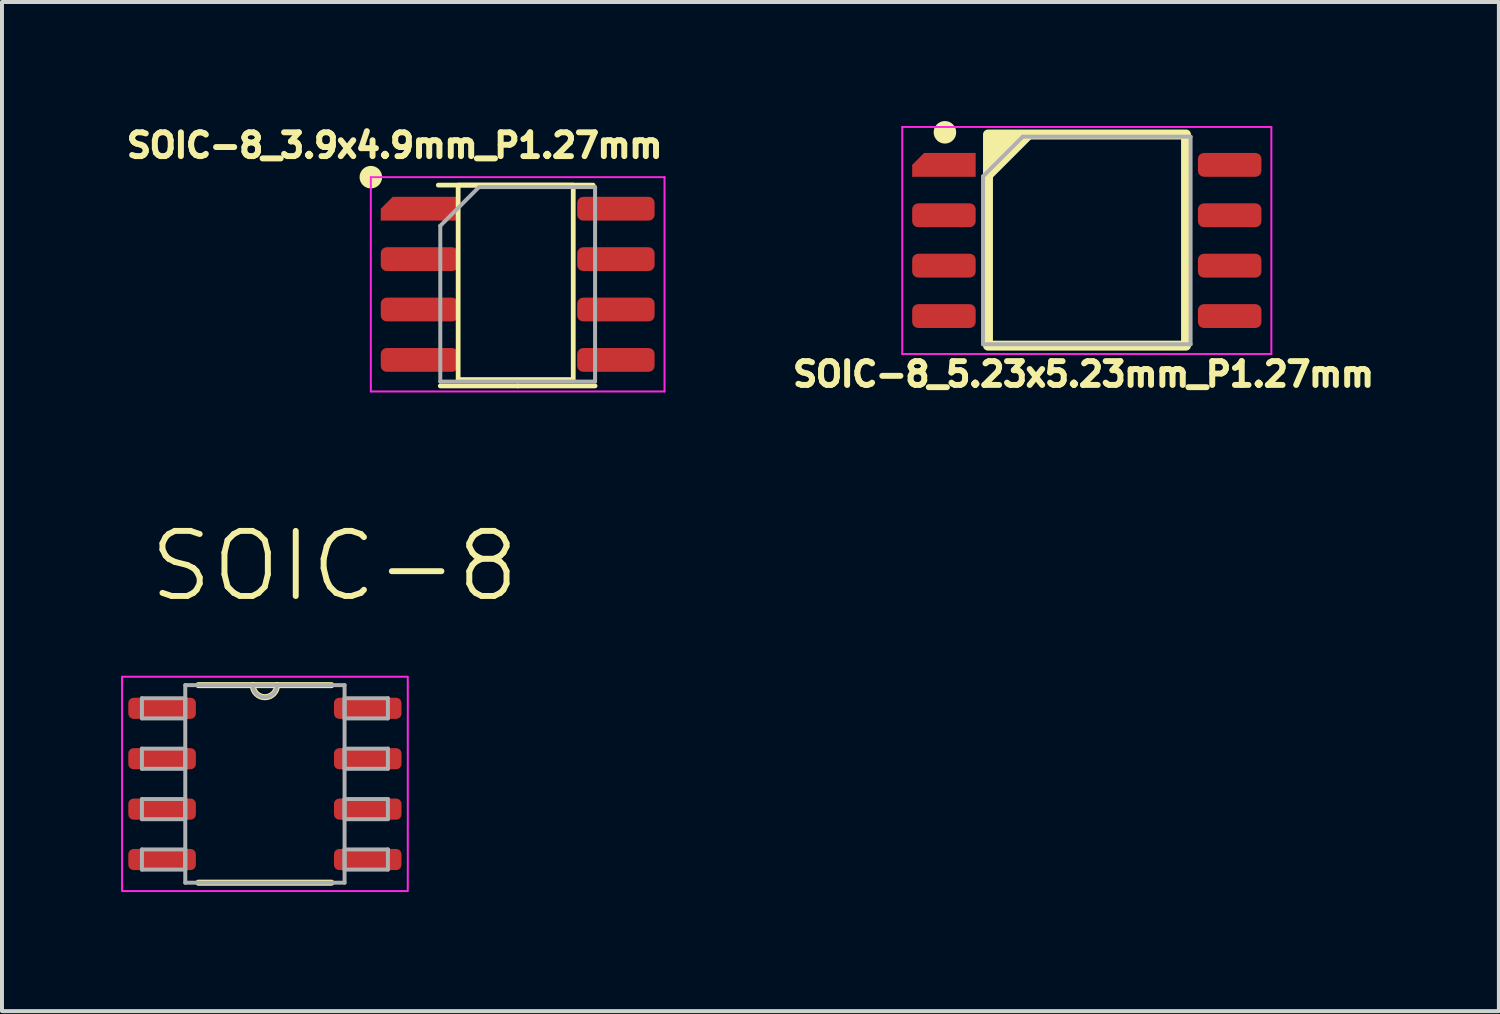
<source format=kicad_pcb>
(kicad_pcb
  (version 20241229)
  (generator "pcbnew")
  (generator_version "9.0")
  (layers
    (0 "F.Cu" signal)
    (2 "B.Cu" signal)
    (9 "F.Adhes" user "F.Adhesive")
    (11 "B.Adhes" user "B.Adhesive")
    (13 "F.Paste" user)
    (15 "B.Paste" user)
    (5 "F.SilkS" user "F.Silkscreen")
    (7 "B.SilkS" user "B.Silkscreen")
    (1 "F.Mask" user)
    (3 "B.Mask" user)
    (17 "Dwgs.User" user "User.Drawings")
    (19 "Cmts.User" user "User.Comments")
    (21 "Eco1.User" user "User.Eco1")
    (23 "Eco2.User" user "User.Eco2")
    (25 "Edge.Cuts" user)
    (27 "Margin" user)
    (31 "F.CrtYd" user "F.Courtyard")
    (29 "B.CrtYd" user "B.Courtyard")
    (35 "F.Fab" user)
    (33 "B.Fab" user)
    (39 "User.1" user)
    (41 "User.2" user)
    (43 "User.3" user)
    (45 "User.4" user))
  (footprint "SOIC-8"
    (layer "F.Cu")
    (at 3.625 16.702)
    (property "Reference" "SOIC-8" (at 1.753 -5.486 0) (layer "F.SilkS") (effects (font (size 1.64 1.64) (thickness 0.15))))
    (attr through_hole)
    (fp_line (start -1.676 2.489) (end 1.676 2.489) (stroke (width 0.152) (type solid)) (layer "F.SilkS"))
    (fp_line (start -0.305 -2.489) (end -1.676 -2.489) (stroke (width 0.152) (type solid)) (layer "F.SilkS"))
    (fp_line (start 0.305 -2.489) (end -0.305 -2.489) (stroke (width 0.152) (type solid)) (layer "F.SilkS"))
    (fp_line (start 1.676 -2.489) (end 0.305 -2.489) (stroke (width 0.152) (type solid)) (layer "F.SilkS"))
    (fp_arc (start 0.3048 -2.4892) (mid 0 -2.1844) (end -0.3048 -2.4892) (stroke (width 0.1524) (type solid)) (layer "F.SilkS"))
    (fp_rect (start -3.6 -2.7) (end 3.6 2.7) (stroke (width 0.05) (type solid)) (fill no) (layer "F.CrtYd"))
    (fp_line (start -3.099 -2.159) (end -3.099 -1.651) (stroke (width 0.1) (type solid)) (layer "F.Fab"))
    (fp_line (start -3.099 -1.651) (end -2.007 -1.651) (stroke (width 0.1) (type solid)) (layer "F.Fab"))
    (fp_line (start -3.099 -0.889) (end -3.099 -0.381) (stroke (width 0.1) (type solid)) (layer "F.Fab"))
    (fp_line (start -3.099 -0.381) (end -2.007 -0.381) (stroke (width 0.1) (type solid)) (layer "F.Fab"))
    (fp_line (start -3.099 0.381) (end -3.099 0.889) (stroke (width 0.1) (type solid)) (layer "F.Fab"))
    (fp_line (start -3.099 0.889) (end -2.007 0.889) (stroke (width 0.1) (type solid)) (layer "F.Fab"))
    (fp_line (start -3.099 1.651) (end -3.099 2.159) (stroke (width 0.1) (type solid)) (layer "F.Fab"))
    (fp_line (start -3.099 2.159) (end -2.007 2.159) (stroke (width 0.1) (type solid)) (layer "F.Fab"))
    (fp_line (start -2.007 -2.489) (end -2.007 2.489) (stroke (width 0.1) (type solid)) (layer "F.Fab"))
    (fp_line (start -2.007 -2.159) (end -3.099 -2.159) (stroke (width 0.1) (type solid)) (layer "F.Fab"))
    (fp_line (start -2.007 -1.651) (end -2.007 -2.159) (stroke (width 0.1) (type solid)) (layer "F.Fab"))
    (fp_line (start -2.007 -0.889) (end -3.099 -0.889) (stroke (width 0.1) (type solid)) (layer "F.Fab"))
    (fp_line (start -2.007 -0.381) (end -2.007 -0.889) (stroke (width 0.1) (type solid)) (layer "F.Fab"))
    (fp_line (start -2.007 0.381) (end -3.099 0.381) (stroke (width 0.1) (type solid)) (layer "F.Fab"))
    (fp_line (start -2.007 0.889) (end -2.007 0.381) (stroke (width 0.1) (type solid)) (layer "F.Fab"))
    (fp_line (start -2.007 1.651) (end -3.099 1.651) (stroke (width 0.1) (type solid)) (layer "F.Fab"))
    (fp_line (start -2.007 2.159) (end -2.007 1.651) (stroke (width 0.1) (type solid)) (layer "F.Fab"))
    (fp_line (start -2.007 2.489) (end 2.007 2.489) (stroke (width 0.1) (type solid)) (layer "F.Fab"))
    (fp_line (start -0.305 -2.489) (end -2.007 -2.489) (stroke (width 0.1) (type solid)) (layer "F.Fab"))
    (fp_line (start 0.305 -2.489) (end -0.305 -2.489) (stroke (width 0.1) (type solid)) (layer "F.Fab"))
    (fp_line (start 2.007 -2.489) (end 0.305 -2.489) (stroke (width 0.1) (type solid)) (layer "F.Fab"))
    (fp_line (start 2.007 -2.159) (end 2.007 -1.651) (stroke (width 0.1) (type solid)) (layer "F.Fab"))
    (fp_line (start 2.007 -1.651) (end 3.099 -1.651) (stroke (width 0.1) (type solid)) (layer "F.Fab"))
    (fp_line (start 2.007 -0.889) (end 2.007 -0.381) (stroke (width 0.1) (type solid)) (layer "F.Fab"))
    (fp_line (start 2.007 -0.381) (end 3.099 -0.381) (stroke (width 0.1) (type solid)) (layer "F.Fab"))
    (fp_line (start 2.007 0.381) (end 2.007 0.889) (stroke (width 0.1) (type solid)) (layer "F.Fab"))
    (fp_line (start 2.007 0.889) (end 3.099 0.889) (stroke (width 0.1) (type solid)) (layer "F.Fab"))
    (fp_line (start 2.007 1.651) (end 2.007 2.159) (stroke (width 0.1) (type solid)) (layer "F.Fab"))
    (fp_line (start 2.007 2.159) (end 3.099 2.159) (stroke (width 0.1) (type solid)) (layer "F.Fab"))
    (fp_line (start 2.007 2.489) (end 2.007 -2.489) (stroke (width 0.1) (type solid)) (layer "F.Fab"))
    (fp_line (start 3.099 -2.159) (end 2.007 -2.159) (stroke (width 0.1) (type solid)) (layer "F.Fab"))
    (fp_line (start 3.099 -1.651) (end 3.099 -2.159) (stroke (width 0.1) (type solid)) (layer "F.Fab"))
    (fp_line (start 3.099 -0.889) (end 2.007 -0.889) (stroke (width 0.1) (type solid)) (layer "F.Fab"))
    (fp_line (start 3.099 -0.381) (end 3.099 -0.889) (stroke (width 0.1) (type solid)) (layer "F.Fab"))
    (fp_line (start 3.099 0.381) (end 2.007 0.381) (stroke (width 0.1) (type solid)) (layer "F.Fab"))
    (fp_line (start 3.099 0.889) (end 3.099 0.381) (stroke (width 0.1) (type solid)) (layer "F.Fab"))
    (fp_line (start 3.099 1.651) (end 2.007 1.651) (stroke (width 0.1) (type solid)) (layer "F.Fab"))
    (fp_line (start 3.099 2.159) (end 3.099 1.651) (stroke (width 0.1) (type solid)) (layer "F.Fab"))
    (fp_arc (start 0.3048 -2.4892) (mid 0 -2.1844) (end -0.3048 -2.4892) (stroke (width 0.1) (type solid)) (layer "F.Fab"))
    (pad "1" smd roundrect (at -2.591 -1.905) (size 1.702 0.533) (layers "F.Cu" "F.Mask" "F.Paste") (roundrect_rratio 0.25))
    (pad "2" smd roundrect (at -2.591 -0.635) (size 1.702 0.533) (layers "F.Cu" "F.Mask" "F.Paste") (roundrect_rratio 0.25))
    (pad "3" smd roundrect (at -2.591 0.635) (size 1.702 0.533) (layers "F.Cu" "F.Mask" "F.Paste") (roundrect_rratio 0.25))
    (pad "4" smd roundrect (at -2.591 1.905) (size 1.702 0.533) (layers "F.Cu" "F.Mask" "F.Paste") (roundrect_rratio 0.25))
    (pad "5" smd roundrect (at 2.591 1.905) (size 1.702 0.533) (layers "F.Cu" "F.Mask" "F.Paste") (roundrect_rratio 0.25))
    (pad "6" smd roundrect (at 2.591 0.635) (size 1.702 0.533) (layers "F.Cu" "F.Mask" "F.Paste") (roundrect_rratio 0.25))
    (pad "7" smd roundrect (at 2.591 -0.635) (size 1.702 0.533) (layers "F.Cu" "F.Mask" "F.Paste") (roundrect_rratio 0.25))
    (pad "8" smd roundrect (at 2.591 -1.905) (size 1.702 0.533) (layers "F.Cu" "F.Mask" "F.Paste") (roundrect_rratio 0.25)))
  (footprint "SOIC-8_5.23x5.23mm_P1.27mm"
    (layer "F.Cu")
    (at 24.334 3.009)
    (property "Reference" "SOIC-8_5.23x5.23mm_P1.27mm" (at -0.082 3.37 0) (layer "F.SilkS") (effects (font (size 0.6 0.6) (thickness 0.15))))
    (attr smd)
    (fp_rect (start -2.49 -2.67) (end 2.5 2.65) (stroke (width 0.25) (type solid)) (fill no) (layer "F.SilkS"))
    (fp_circle (center -3.575 -2.725) (end -3.351 -2.725) (stroke (width 0.12) (type solid)) (fill yes) (layer "F.SilkS"))
    (fp_poly (pts (xy -2.48 -1.56) (xy -2.49 -1.96) (xy -2.48 -2.67) (xy -1.37 -2.67)) (stroke (width 0.12) (type solid)) (fill yes) (layer "F.SilkS"))
    (fp_line (start -4.65 -2.86) (end -4.65 2.86) (stroke (width 0.05) (type solid)) (layer "F.CrtYd"))
    (fp_line (start -4.65 2.86) (end 4.65 2.86) (stroke (width 0.05) (type solid)) (layer "F.CrtYd"))
    (fp_line (start 4.65 -2.86) (end -4.65 -2.86) (stroke (width 0.05) (type solid)) (layer "F.CrtYd"))
    (fp_line (start 4.65 2.86) (end 4.65 -2.86) (stroke (width 0.05) (type solid)) (layer "F.CrtYd"))
    (fp_line (start -2.615 -1.615) (end -1.615 -2.615) (stroke (width 0.1) (type solid)) (layer "F.Fab"))
    (fp_line (start -2.615 2.615) (end -2.615 -1.615) (stroke (width 0.1) (type solid)) (layer "F.Fab"))
    (fp_line (start -1.615 -2.615) (end 2.615 -2.615) (stroke (width 0.1) (type solid)) (layer "F.Fab"))
    (fp_line (start 2.615 -2.615) (end 2.615 2.615) (stroke (width 0.1) (type solid)) (layer "F.Fab"))
    (fp_line (start 2.615 2.615) (end -2.615 2.615) (stroke (width 0.1) (type solid)) (layer "F.Fab"))
    (pad "1" smd roundrect (at -3.6 -1.905) (size 1.6 0.6) (layers "F.Cu" "F.Mask" "F.Paste") (roundrect_rratio 0) (chamfer_ratio 0.5) (chamfer top_left))
    (pad "2" smd roundrect (at -3.6 -0.635) (size 1.6 0.6) (layers "F.Cu" "F.Mask" "F.Paste") (roundrect_rratio 0.25))
    (pad "3" smd roundrect (at -3.6 0.635) (size 1.6 0.6) (layers "F.Cu" "F.Mask" "F.Paste") (roundrect_rratio 0.25))
    (pad "4" smd roundrect (at -3.6 1.905) (size 1.6 0.6) (layers "F.Cu" "F.Mask" "F.Paste") (roundrect_rratio 0.25))
    (pad "5" smd roundrect (at 3.6 1.905) (size 1.6 0.6) (layers "F.Cu" "F.Mask" "F.Paste") (roundrect_rratio 0.25))
    (pad "6" smd roundrect (at 3.6 0.635) (size 1.6 0.6) (layers "F.Cu" "F.Mask" "F.Paste") (roundrect_rratio 0.25))
    (pad "7" smd roundrect (at 3.6 -0.635) (size 1.6 0.6) (layers "F.Cu" "F.Mask" "F.Paste") (roundrect_rratio 0.25))
    (pad "8" smd roundrect (at 3.6 -1.905) (size 1.6 0.6) (layers "F.Cu" "F.Mask" "F.Paste") (roundrect_rratio 0.25)))
  (footprint "SOIC-8_3.9x4.9mm_P1.27mm"
    (layer "F.Cu")
    (at 9.994 4.114)
    (property "Reference" "SOIC-8_3.9x4.9mm_P1.27mm" (at -3.1 -3.5 180) (layer "F.SilkS") (effects (font (size 0.6 0.6) (thickness 0.15))))
    (attr smd)
    (fp_line (start -2 -2.5) (end 1.9 -2.5) (stroke (width 0.12) (type solid)) (layer "F.SilkS"))
    (fp_line (start 0 2.56) (end -1.95 2.56) (stroke (width 0.12) (type solid)) (layer "F.SilkS"))
    (fp_line (start 0 2.56) (end 1.95 2.56) (stroke (width 0.12) (type solid)) (layer "F.SilkS"))
    (fp_rect (start -1.5 -2.5) (end 1.4 2.4) (stroke (width 0.12) (type solid)) (fill no) (layer "F.SilkS"))
    (fp_circle (center -3.7 -2.7) (end -3.476 -2.7) (stroke (width 0.12) (type solid)) (fill yes) (layer "F.SilkS"))
    (fp_line (start -3.7 -2.7) (end -3.7 2.7) (stroke (width 0.05) (type solid)) (layer "F.CrtYd"))
    (fp_line (start -3.7 2.7) (end 3.7 2.7) (stroke (width 0.05) (type solid)) (layer "F.CrtYd"))
    (fp_line (start 3.7 -2.7) (end -3.7 -2.7) (stroke (width 0.05) (type solid)) (layer "F.CrtYd"))
    (fp_line (start 3.7 2.7) (end 3.7 -2.7) (stroke (width 0.05) (type solid)) (layer "F.CrtYd"))
    (fp_line (start -1.95 -1.475) (end -0.975 -2.45) (stroke (width 0.1) (type solid)) (layer "F.Fab"))
    (fp_line (start -1.95 2.45) (end -1.95 -1.475) (stroke (width 0.1) (type solid)) (layer "F.Fab"))
    (fp_line (start -0.975 -2.45) (end 1.95 -2.45) (stroke (width 0.1) (type solid)) (layer "F.Fab"))
    (fp_line (start 1.95 -2.45) (end 1.95 2.45) (stroke (width 0.1) (type solid)) (layer "F.Fab"))
    (fp_line (start 1.95 2.45) (end -1.95 2.45) (stroke (width 0.1) (type solid)) (layer "F.Fab"))
    (pad "1" smd roundrect (at -2.475 -1.905) (size 1.95 0.6) (layers "F.Cu" "F.Mask" "F.Paste") (roundrect_rratio 0) (chamfer_ratio 0.5) (chamfer top_left))
    (pad "2" smd roundrect (at -2.475 -0.635) (size 1.95 0.6) (layers "F.Cu" "F.Mask" "F.Paste") (roundrect_rratio 0.25))
    (pad "3" smd roundrect (at -2.475 0.635) (size 1.95 0.6) (layers "F.Cu" "F.Mask" "F.Paste") (roundrect_rratio 0.25))
    (pad "4" smd roundrect (at -2.475 1.905) (size 1.95 0.6) (layers "F.Cu" "F.Mask" "F.Paste") (roundrect_rratio 0.25))
    (pad "5" smd roundrect (at 2.475 1.905) (size 1.95 0.6) (layers "F.Cu" "F.Mask" "F.Paste") (roundrect_rratio 0.25))
    (pad "6" smd roundrect (at 2.475 0.635) (size 1.95 0.6) (layers "F.Cu" "F.Mask" "F.Paste") (roundrect_rratio 0.25))
    (pad "7" smd roundrect (at 2.475 -0.635) (size 1.95 0.6) (layers "F.Cu" "F.Mask" "F.Paste") (roundrect_rratio 0.25))
    (pad "8" smd roundrect (at 2.475 -1.905) (size 1.95 0.6) (layers "F.Cu" "F.Mask" "F.Paste") (roundrect_rratio 0.25)))
  (gr_rect
    (start -3 -3)
    (end 34.717 22.427)
    (stroke (width 0.1) (type default))
    (fill no)
    (layer "Edge.Cuts")))
</source>
